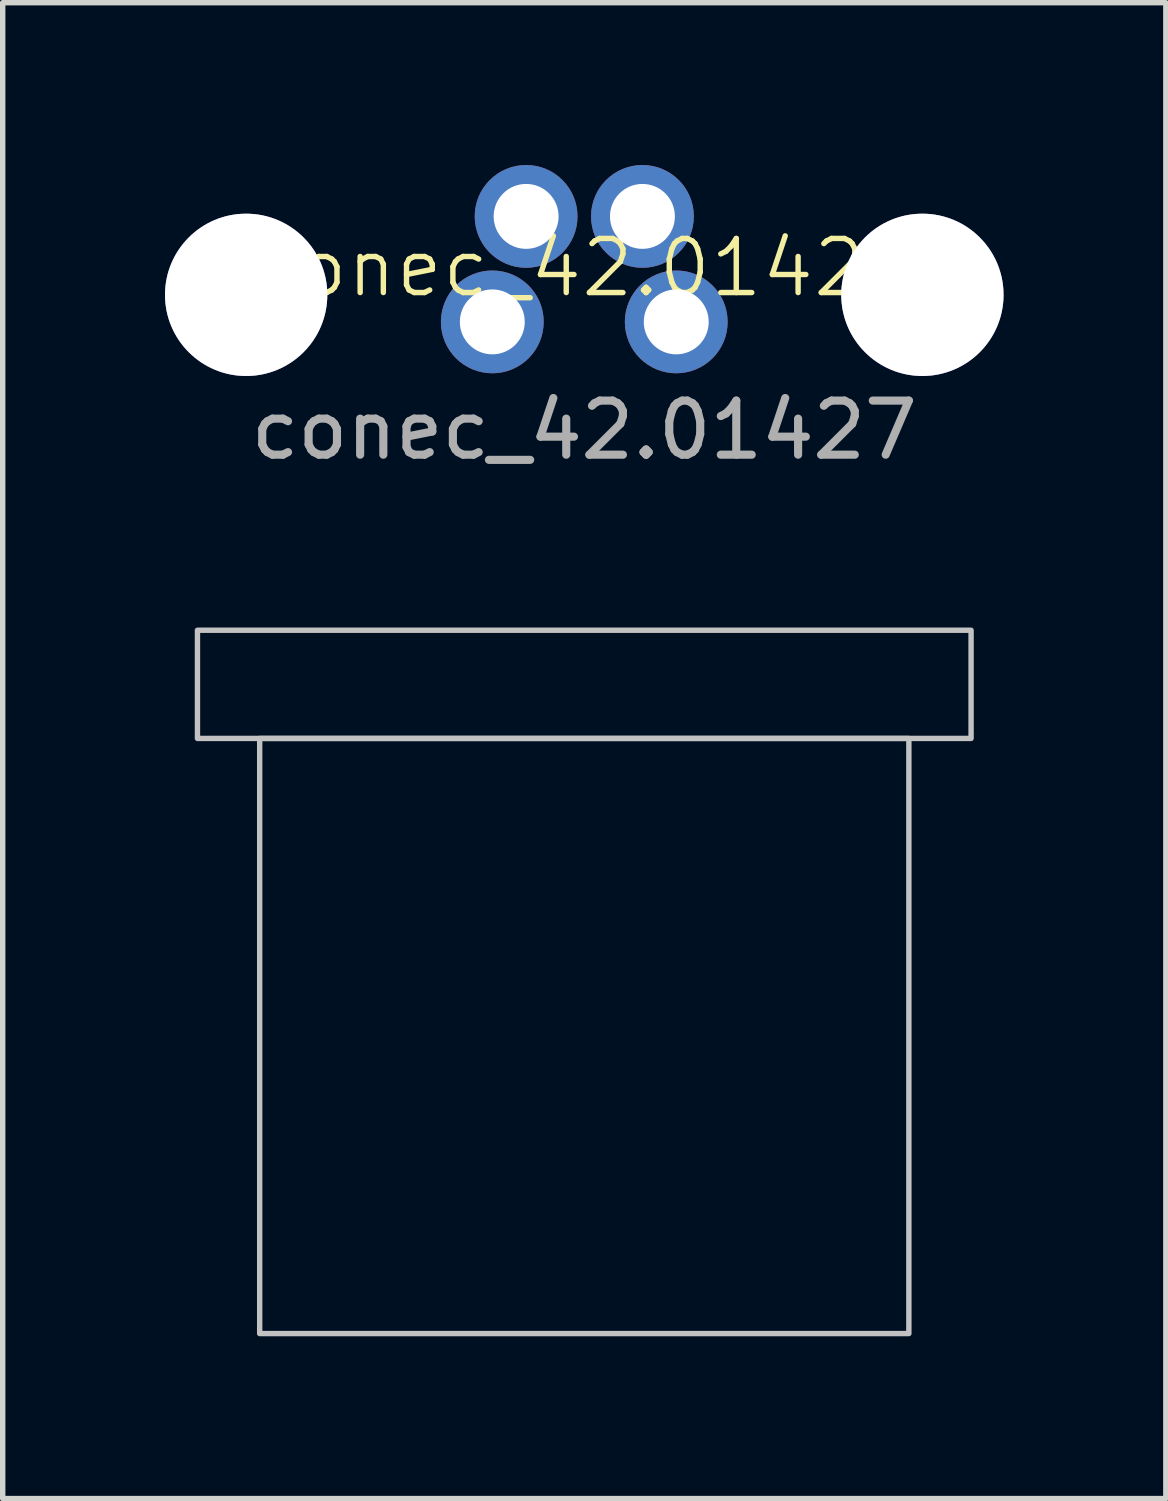
<source format=kicad_pcb>
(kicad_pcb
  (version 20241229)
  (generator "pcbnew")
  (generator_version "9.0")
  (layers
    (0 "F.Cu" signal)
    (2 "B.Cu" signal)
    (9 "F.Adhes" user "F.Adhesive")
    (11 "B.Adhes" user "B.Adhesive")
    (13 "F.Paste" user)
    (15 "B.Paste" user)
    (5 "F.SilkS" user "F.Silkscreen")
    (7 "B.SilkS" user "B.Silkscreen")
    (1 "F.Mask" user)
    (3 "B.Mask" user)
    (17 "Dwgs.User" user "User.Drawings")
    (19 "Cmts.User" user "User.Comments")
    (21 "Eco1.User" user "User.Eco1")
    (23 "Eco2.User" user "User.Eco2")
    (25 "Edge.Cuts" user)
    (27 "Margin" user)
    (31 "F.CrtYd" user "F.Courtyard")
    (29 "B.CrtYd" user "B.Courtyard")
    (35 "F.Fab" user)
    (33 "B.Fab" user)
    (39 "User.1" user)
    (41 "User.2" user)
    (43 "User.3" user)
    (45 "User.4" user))
  (footprint "conec_42.01427"
    (layer "F.Cu")
    (at 7.75 2.4)
    (property "Reference" "conec_42.01427" (at 0 -0.5 0) (unlocked yes) (layer "F.SilkS") (effects (font (size 1 1) (thickness 0.1))))
    (attr through_hole)
    (fp_rect (start -7.15 6.2) (end 7.15 8.2) (stroke (width 0.1) (type default)) (fill no) (layer "Dwgs.User"))
    (fp_rect (start -6 8.2) (end 6 19.2) (stroke (width 0.1) (type default)) (fill no) (layer "Dwgs.User"))
    (fp_text user "${REFERENCE}" (at 0 2.5 0) (unlocked yes) (layer "F.Fab") (effects (font (size 1 1) (thickness 0.15))))
    (pad "1" thru_hole circle (at -1.7 0.5) (size 1.9 1.9) (drill 1.2) (layers "*.Cu" "*.Mask"))
    (pad "2" thru_hole circle (at -1.075 -1.45) (size 1.9 1.9) (drill 1.2) (layers "*.Cu" "*.Mask"))
    (pad "3" thru_hole circle (at 1.075 -1.45) (size 1.9 1.9) (drill 1.2) (layers "*.Cu" "*.Mask"))
    (pad "4" thru_hole circle (at 1.7 0.5) (size 1.9 1.9) (drill 1.2) (layers "*.Cu" "*.Mask"))
    (pad "5" thru_hole circle (at -6.25 0) (size 3 3) (drill 3) (layers "*.Cu" "*.Mask"))
    (pad "6" thru_hole circle (at 6.25 0) (size 3 3) (drill 3) (layers "*.Cu" "*.Mask")))
  (gr_rect
    (start -3 -3)
    (end 18.5 24.65)
    (stroke (width 0.1) (type default))
    (fill no)
    (layer "Edge.Cuts")))
</source>
